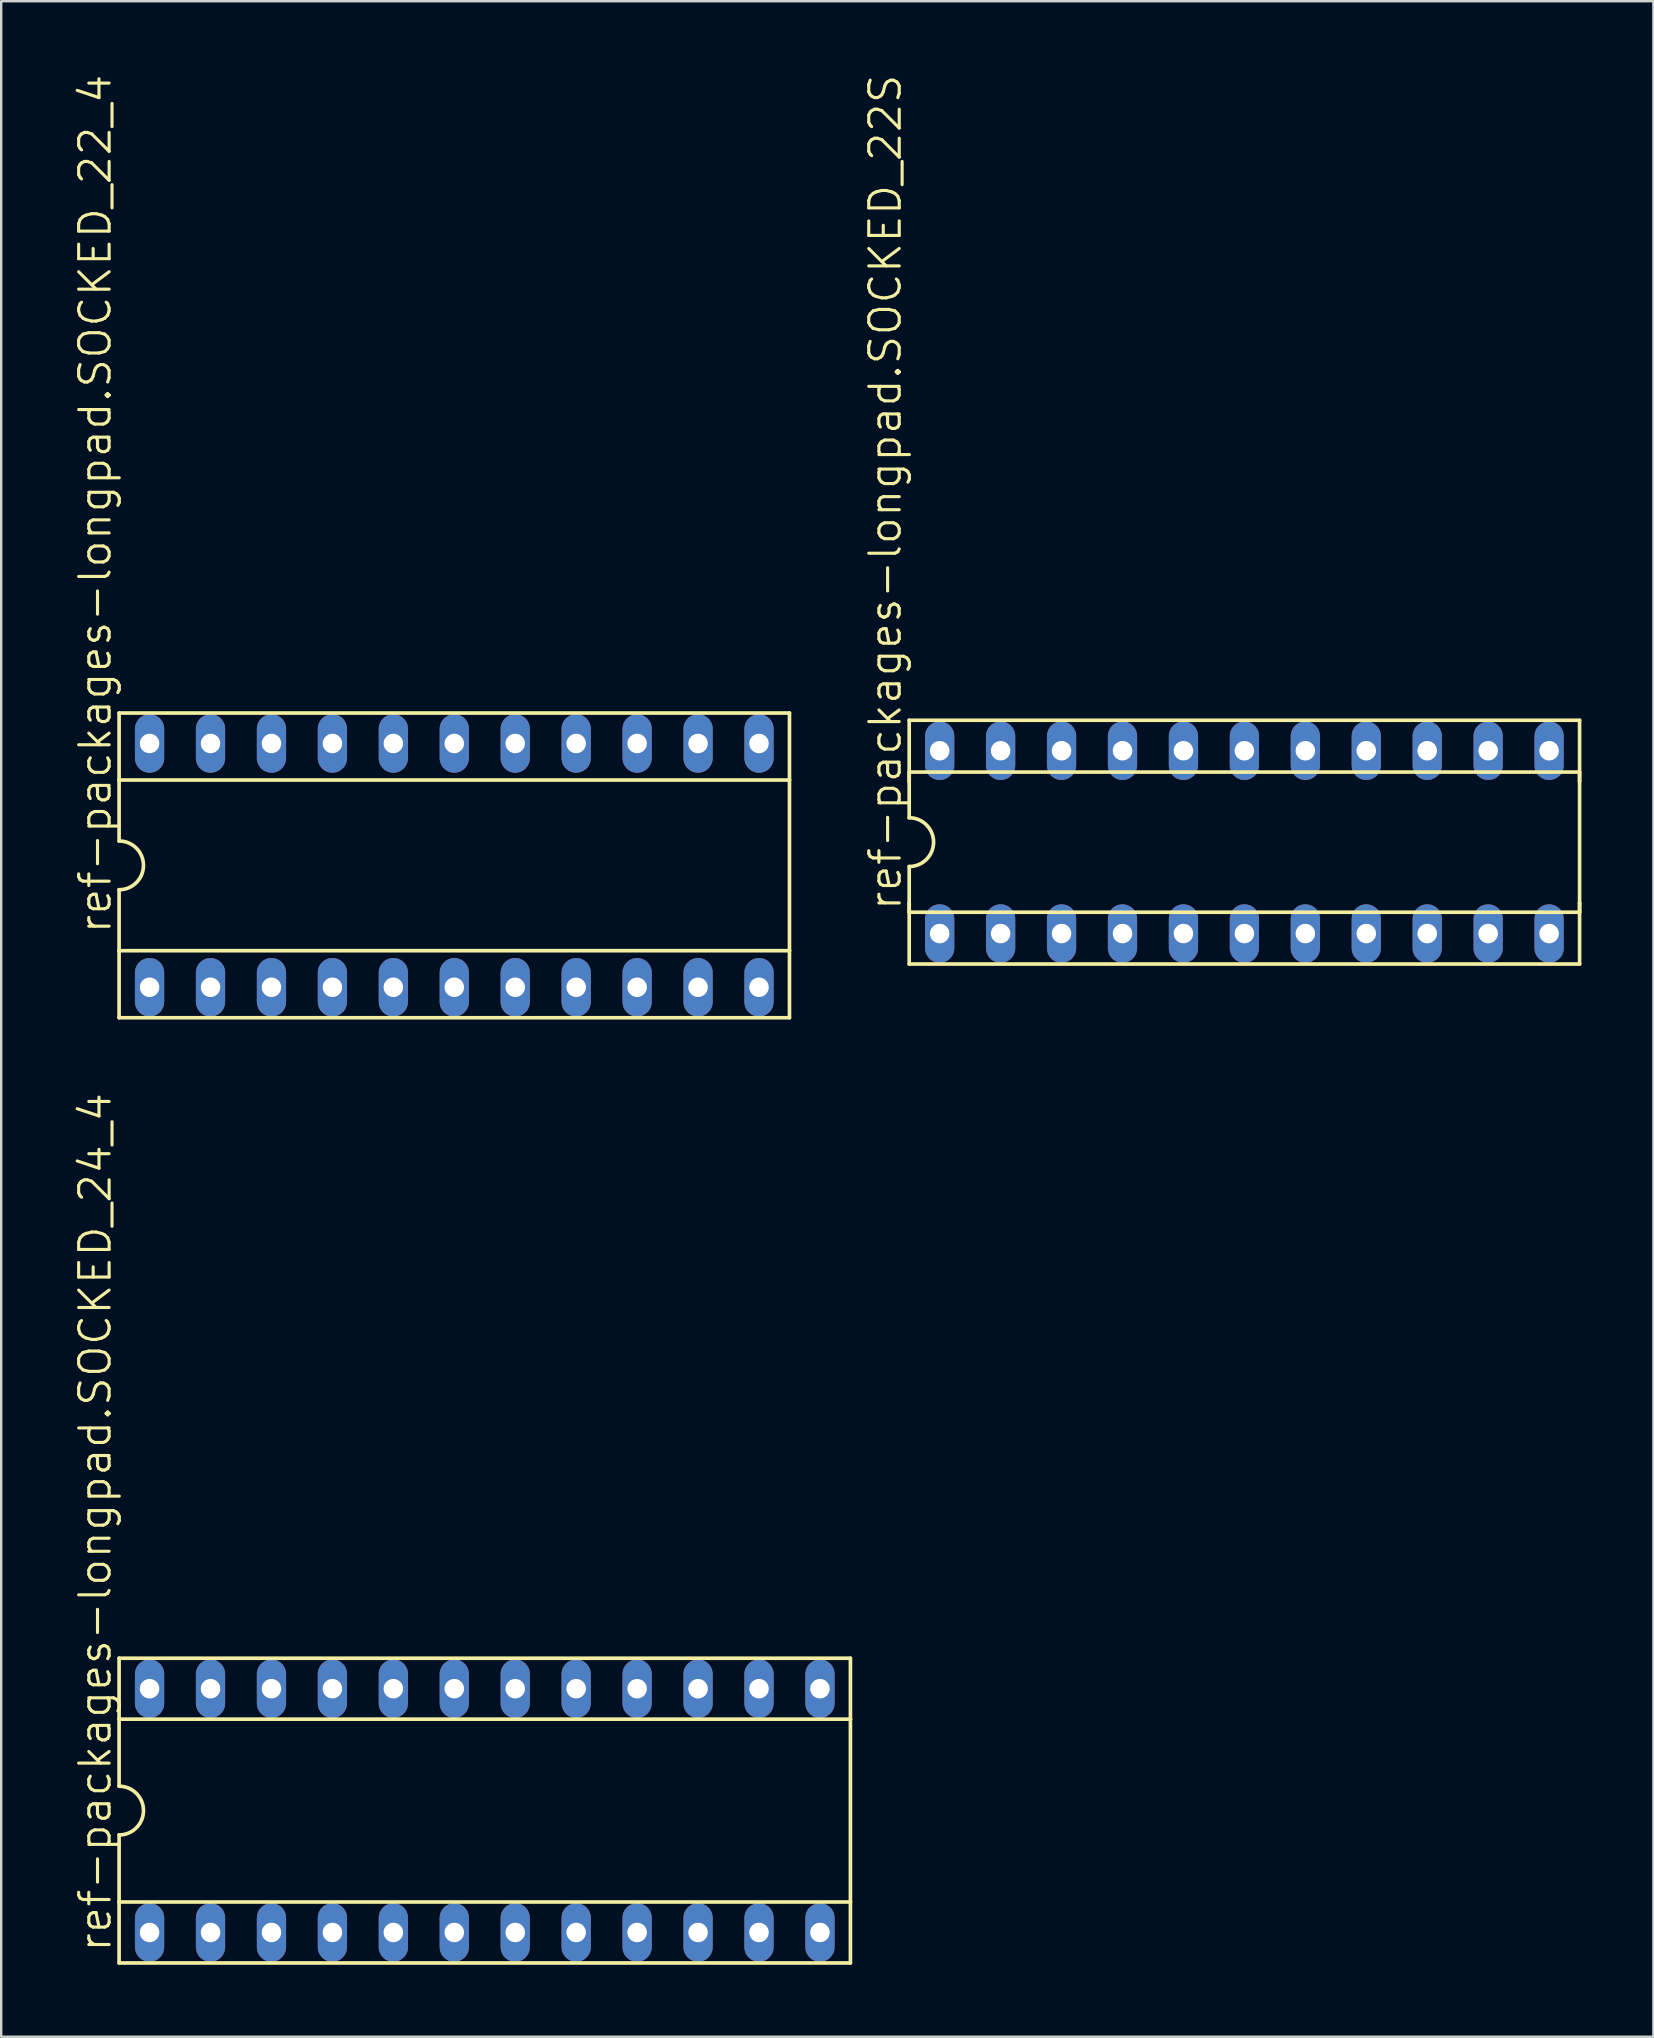
<source format=kicad_pcb>
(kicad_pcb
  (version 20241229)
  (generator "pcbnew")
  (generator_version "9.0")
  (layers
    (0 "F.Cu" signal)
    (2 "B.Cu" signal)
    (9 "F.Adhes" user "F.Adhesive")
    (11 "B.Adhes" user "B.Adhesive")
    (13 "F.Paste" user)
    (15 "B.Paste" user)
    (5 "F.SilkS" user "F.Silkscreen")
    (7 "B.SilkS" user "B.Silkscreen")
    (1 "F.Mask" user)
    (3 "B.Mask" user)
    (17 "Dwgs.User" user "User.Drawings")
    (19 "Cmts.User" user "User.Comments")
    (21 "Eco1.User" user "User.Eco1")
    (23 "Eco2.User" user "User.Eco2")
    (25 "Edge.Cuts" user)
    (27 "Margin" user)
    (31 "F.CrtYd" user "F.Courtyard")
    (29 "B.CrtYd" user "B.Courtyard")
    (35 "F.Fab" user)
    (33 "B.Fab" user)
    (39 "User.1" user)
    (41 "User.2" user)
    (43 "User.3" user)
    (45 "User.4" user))
  (footprint "ref-packages-longpad.SOCKED_22S"
    (layer "F.Cu")
    (at 48.814 32.049)
    (property "Reference" "ref-packages-longpad.SOCKED_22S" (at -14.224 2.921 90) (layer "F.SilkS") (effects (font (size 1.27 1.27) (thickness 0.13)) (justify left bottom)))
    (attr through_hole)
    (fp_line (start -13.97 -5.08) (end -13.97 -2.54) (stroke (width 0.152) (type default)) (layer "F.SilkS"))
    (fp_line (start -13.97 -2.921) (end -13.97 -2.54) (stroke (width 0.152) (type default)) (layer "F.SilkS"))
    (fp_line (start -13.97 -2.54) (end -13.97 -1.016) (stroke (width 0.152) (type default)) (layer "F.SilkS"))
    (fp_line (start -13.97 2.54) (end -13.97 1.016) (stroke (width 0.152) (type default)) (layer "F.SilkS"))
    (fp_line (start -13.97 2.921) (end -13.97 2.54) (stroke (width 0.152) (type default)) (layer "F.SilkS"))
    (fp_line (start -13.97 2.921) (end 13.97 2.921) (stroke (width 0.152) (type default)) (layer "F.SilkS"))
    (fp_line (start -13.97 5.08) (end -13.97 2.54) (stroke (width 0.152) (type default)) (layer "F.SilkS"))
    (fp_line (start -13.97 5.08) (end 13.97 5.08) (stroke (width 0.152) (type default)) (layer "F.SilkS"))
    (fp_line (start 13.97 -5.08) (end -13.97 -5.08) (stroke (width 0.152) (type default)) (layer "F.SilkS"))
    (fp_line (start 13.97 -5.08) (end 13.97 -2.54) (stroke (width 0.152) (type default)) (layer "F.SilkS"))
    (fp_line (start 13.97 -2.921) (end -13.97 -2.921) (stroke (width 0.152) (type default)) (layer "F.SilkS"))
    (fp_line (start 13.97 -2.921) (end 13.97 -2.54) (stroke (width 0.152) (type default)) (layer "F.SilkS"))
    (fp_line (start 13.97 -2.54) (end 13.97 2.54) (stroke (width 0.152) (type default)) (layer "F.SilkS"))
    (fp_line (start 13.97 2.54) (end 13.97 2.921) (stroke (width 0.152) (type default)) (layer "F.SilkS"))
    (fp_line (start 13.97 5.08) (end 13.97 2.54) (stroke (width 0.152) (type default)) (layer "F.SilkS"))
    (fp_arc (start -13.97 -1.016) (mid -12.954 0) (end -13.97 1.016) (stroke (width 0.1524) (type default)) (layer "F.SilkS"))
    (pad "1" thru_hole oval (at -12.7 3.81 90) (size 2.438 1.219) (drill 0.813) (layers "*.Cu" "*.Mask"))
    (pad "2" thru_hole oval (at -10.16 3.81 90) (size 2.438 1.219) (drill 0.813) (layers "*.Cu" "*.Mask"))
    (pad "3" thru_hole oval (at -7.62 3.81 90) (size 2.438 1.219) (drill 0.813) (layers "*.Cu" "*.Mask"))
    (pad "4" thru_hole oval (at -5.08 3.81 90) (size 2.438 1.219) (drill 0.813) (layers "*.Cu" "*.Mask"))
    (pad "5" thru_hole oval (at -2.54 3.81 90) (size 2.438 1.219) (drill 0.813) (layers "*.Cu" "*.Mask"))
    (pad "6" thru_hole oval (at 0 3.81 90) (size 2.438 1.219) (drill 0.813) (layers "*.Cu" "*.Mask"))
    (pad "7" thru_hole oval (at 2.54 3.81 90) (size 2.438 1.219) (drill 0.813) (layers "*.Cu" "*.Mask"))
    (pad "8" thru_hole oval (at 5.08 3.81 90) (size 2.438 1.219) (drill 0.813) (layers "*.Cu" "*.Mask"))
    (pad "9" thru_hole oval (at 7.62 3.81 90) (size 2.438 1.219) (drill 0.813) (layers "*.Cu" "*.Mask"))
    (pad "10" thru_hole oval (at 10.16 3.81 90) (size 2.438 1.219) (drill 0.813) (layers "*.Cu" "*.Mask"))
    (pad "11" thru_hole oval (at 12.7 3.81 90) (size 2.438 1.219) (drill 0.813) (layers "*.Cu" "*.Mask"))
    (pad "12" thru_hole oval (at 12.7 -3.81 90) (size 2.438 1.219) (drill 0.813) (layers "*.Cu" "*.Mask"))
    (pad "13" thru_hole oval (at 10.16 -3.81 90) (size 2.438 1.219) (drill 0.813) (layers "*.Cu" "*.Mask"))
    (pad "14" thru_hole oval (at 7.62 -3.81 90) (size 2.438 1.219) (drill 0.813) (layers "*.Cu" "*.Mask"))
    (pad "15" thru_hole oval (at 5.08 -3.81 90) (size 2.438 1.219) (drill 0.813) (layers "*.Cu" "*.Mask"))
    (pad "16" thru_hole oval (at 2.54 -3.81 90) (size 2.438 1.219) (drill 0.813) (layers "*.Cu" "*.Mask"))
    (pad "17" thru_hole oval (at 0 -3.81 90) (size 2.438 1.219) (drill 0.813) (layers "*.Cu" "*.Mask"))
    (pad "18" thru_hole oval (at -2.54 -3.81 90) (size 2.438 1.219) (drill 0.813) (layers "*.Cu" "*.Mask"))
    (pad "19" thru_hole oval (at -5.08 -3.81 90) (size 2.438 1.219) (drill 0.813) (layers "*.Cu" "*.Mask"))
    (pad "20" thru_hole oval (at -7.62 -3.81 90) (size 2.438 1.219) (drill 0.813) (layers "*.Cu" "*.Mask"))
    (pad "21" thru_hole oval (at -10.16 -3.81 90) (size 2.438 1.219) (drill 0.813) (layers "*.Cu" "*.Mask"))
    (pad "22" thru_hole oval (at -12.7 -3.81 90) (size 2.438 1.219) (drill 0.813) (layers "*.Cu" "*.Mask")))
  (footprint "ref-packages-longpad.SOCKED_22_4"
    (layer "F.Cu")
    (at 15.884 33.017)
    (property "Reference" "ref-packages-longpad.SOCKED_22_4" (at -14.224 2.921 90) (layer "F.SilkS") (effects (font (size 1.27 1.27) (thickness 0.13)) (justify left bottom)))
    (attr through_hole)
    (fp_line (start -13.97 -6.35) (end -13.97 -3.556) (stroke (width 0.152) (type default)) (layer "F.SilkS"))
    (fp_line (start -13.97 -3.556) (end -13.97 -1.016) (stroke (width 0.152) (type default)) (layer "F.SilkS"))
    (fp_line (start -13.97 3.556) (end -13.97 1.016) (stroke (width 0.152) (type default)) (layer "F.SilkS"))
    (fp_line (start -13.97 3.556) (end 13.97 3.556) (stroke (width 0.152) (type default)) (layer "F.SilkS"))
    (fp_line (start -13.97 6.35) (end -13.97 3.556) (stroke (width 0.152) (type default)) (layer "F.SilkS"))
    (fp_line (start -13.97 6.35) (end 13.97 6.35) (stroke (width 0.152) (type default)) (layer "F.SilkS"))
    (fp_line (start 13.97 -6.35) (end -13.97 -6.35) (stroke (width 0.152) (type default)) (layer "F.SilkS"))
    (fp_line (start 13.97 -6.35) (end 13.97 -3.556) (stroke (width 0.152) (type default)) (layer "F.SilkS"))
    (fp_line (start 13.97 -3.556) (end -13.97 -3.556) (stroke (width 0.152) (type default)) (layer "F.SilkS"))
    (fp_line (start 13.97 -3.556) (end 13.97 3.556) (stroke (width 0.152) (type default)) (layer "F.SilkS"))
    (fp_line (start 13.97 6.35) (end 13.97 3.556) (stroke (width 0.152) (type default)) (layer "F.SilkS"))
    (fp_arc (start -13.97 -1.016) (mid -12.954 0) (end -13.97 1.016) (stroke (width 0.1524) (type default)) (layer "F.SilkS"))
    (pad "1" thru_hole oval (at -12.7 5.08 90) (size 2.438 1.219) (drill 0.813) (layers "*.Cu" "*.Mask"))
    (pad "2" thru_hole oval (at -10.16 5.08 90) (size 2.438 1.219) (drill 0.813) (layers "*.Cu" "*.Mask"))
    (pad "3" thru_hole oval (at -7.62 5.08 90) (size 2.438 1.219) (drill 0.813) (layers "*.Cu" "*.Mask"))
    (pad "4" thru_hole oval (at -5.08 5.08 90) (size 2.438 1.219) (drill 0.813) (layers "*.Cu" "*.Mask"))
    (pad "5" thru_hole oval (at -2.54 5.08 90) (size 2.438 1.219) (drill 0.813) (layers "*.Cu" "*.Mask"))
    (pad "6" thru_hole oval (at 0 5.08 90) (size 2.438 1.219) (drill 0.813) (layers "*.Cu" "*.Mask"))
    (pad "7" thru_hole oval (at 2.54 5.08 90) (size 2.438 1.219) (drill 0.813) (layers "*.Cu" "*.Mask"))
    (pad "8" thru_hole oval (at 5.08 5.08 90) (size 2.438 1.219) (drill 0.813) (layers "*.Cu" "*.Mask"))
    (pad "9" thru_hole oval (at 7.62 5.08 90) (size 2.438 1.219) (drill 0.813) (layers "*.Cu" "*.Mask"))
    (pad "10" thru_hole oval (at 10.16 5.08 90) (size 2.438 1.219) (drill 0.813) (layers "*.Cu" "*.Mask"))
    (pad "11" thru_hole oval (at 12.7 5.08 90) (size 2.438 1.219) (drill 0.813) (layers "*.Cu" "*.Mask"))
    (pad "12" thru_hole oval (at 12.7 -5.08 90) (size 2.438 1.219) (drill 0.813) (layers "*.Cu" "*.Mask"))
    (pad "13" thru_hole oval (at 10.16 -5.08 90) (size 2.438 1.219) (drill 0.813) (layers "*.Cu" "*.Mask"))
    (pad "14" thru_hole oval (at 7.62 -5.08 90) (size 2.438 1.219) (drill 0.813) (layers "*.Cu" "*.Mask"))
    (pad "15" thru_hole oval (at 5.08 -5.08 90) (size 2.438 1.219) (drill 0.813) (layers "*.Cu" "*.Mask"))
    (pad "16" thru_hole oval (at 2.54 -5.08 90) (size 2.438 1.219) (drill 0.813) (layers "*.Cu" "*.Mask"))
    (pad "17" thru_hole oval (at 0 -5.08 90) (size 2.438 1.219) (drill 0.813) (layers "*.Cu" "*.Mask"))
    (pad "18" thru_hole oval (at -2.54 -5.08 90) (size 2.438 1.219) (drill 0.813) (layers "*.Cu" "*.Mask"))
    (pad "19" thru_hole oval (at -5.08 -5.08 90) (size 2.438 1.219) (drill 0.813) (layers "*.Cu" "*.Mask"))
    (pad "20" thru_hole oval (at -7.62 -5.08 90) (size 2.438 1.219) (drill 0.813) (layers "*.Cu" "*.Mask"))
    (pad "21" thru_hole oval (at -10.16 -5.08 90) (size 2.438 1.219) (drill 0.813) (layers "*.Cu" "*.Mask"))
    (pad "22" thru_hole oval (at -12.7 -5.08 90) (size 2.438 1.219) (drill 0.813) (layers "*.Cu" "*.Mask")))
  (footprint "ref-packages-longpad.SOCKED_24_4"
    (layer "F.Cu")
    (at 17.154 72.412)
    (property "Reference" "ref-packages-longpad.SOCKED_24_4" (at -15.494 5.969 90) (layer "F.SilkS") (effects (font (size 1.27 1.27) (thickness 0.13)) (justify left bottom)))
    (attr through_hole)
    (fp_line (start -15.24 -6.35) (end -15.24 -3.81) (stroke (width 0.152) (type default)) (layer "F.SilkS"))
    (fp_line (start -15.24 -3.81) (end -15.24 -1.016) (stroke (width 0.152) (type default)) (layer "F.SilkS"))
    (fp_line (start -15.24 3.81) (end -15.24 1.016) (stroke (width 0.152) (type default)) (layer "F.SilkS"))
    (fp_line (start -15.24 3.81) (end 15.24 3.81) (stroke (width 0.152) (type default)) (layer "F.SilkS"))
    (fp_line (start -15.24 6.35) (end -15.24 3.81) (stroke (width 0.152) (type default)) (layer "F.SilkS"))
    (fp_line (start -15.24 6.35) (end 15.24 6.35) (stroke (width 0.152) (type default)) (layer "F.SilkS"))
    (fp_line (start 15.24 -6.35) (end -15.24 -6.35) (stroke (width 0.152) (type default)) (layer "F.SilkS"))
    (fp_line (start 15.24 -6.35) (end 15.24 -3.81) (stroke (width 0.152) (type default)) (layer "F.SilkS"))
    (fp_line (start 15.24 -3.81) (end -15.24 -3.81) (stroke (width 0.152) (type default)) (layer "F.SilkS"))
    (fp_line (start 15.24 -3.81) (end 15.24 3.81) (stroke (width 0.152) (type default)) (layer "F.SilkS"))
    (fp_line (start 15.24 3.81) (end 15.24 6.35) (stroke (width 0.152) (type default)) (layer "F.SilkS"))
    (fp_arc (start -15.24 -1.016) (mid -14.224 0) (end -15.24 1.016) (stroke (width 0.1524) (type default)) (layer "F.SilkS"))
    (pad "1" thru_hole oval (at -13.97 5.08 90) (size 2.438 1.219) (drill 0.813) (layers "*.Cu" "*.Mask"))
    (pad "2" thru_hole oval (at -11.43 5.08 90) (size 2.438 1.219) (drill 0.813) (layers "*.Cu" "*.Mask"))
    (pad "3" thru_hole oval (at -8.89 5.08 90) (size 2.438 1.219) (drill 0.813) (layers "*.Cu" "*.Mask"))
    (pad "4" thru_hole oval (at -6.35 5.08 90) (size 2.438 1.219) (drill 0.813) (layers "*.Cu" "*.Mask"))
    (pad "5" thru_hole oval (at -3.81 5.08 90) (size 2.438 1.219) (drill 0.813) (layers "*.Cu" "*.Mask"))
    (pad "6" thru_hole oval (at -1.27 5.08 90) (size 2.438 1.219) (drill 0.813) (layers "*.Cu" "*.Mask"))
    (pad "7" thru_hole oval (at 1.27 5.08 90) (size 2.438 1.219) (drill 0.813) (layers "*.Cu" "*.Mask"))
    (pad "8" thru_hole oval (at 3.81 5.08 90) (size 2.438 1.219) (drill 0.813) (layers "*.Cu" "*.Mask"))
    (pad "9" thru_hole oval (at 6.35 5.08 90) (size 2.438 1.219) (drill 0.813) (layers "*.Cu" "*.Mask"))
    (pad "10" thru_hole oval (at 8.89 5.08 90) (size 2.438 1.219) (drill 0.813) (layers "*.Cu" "*.Mask"))
    (pad "11" thru_hole oval (at 11.43 5.08 90) (size 2.438 1.219) (drill 0.813) (layers "*.Cu" "*.Mask"))
    (pad "12" thru_hole oval (at 13.97 5.08 90) (size 2.438 1.219) (drill 0.813) (layers "*.Cu" "*.Mask"))
    (pad "13" thru_hole oval (at 13.97 -5.08 90) (size 2.438 1.219) (drill 0.813) (layers "*.Cu" "*.Mask"))
    (pad "14" thru_hole oval (at 11.43 -5.08 90) (size 2.438 1.219) (drill 0.813) (layers "*.Cu" "*.Mask"))
    (pad "15" thru_hole oval (at 8.89 -5.08 90) (size 2.438 1.219) (drill 0.813) (layers "*.Cu" "*.Mask"))
    (pad "16" thru_hole oval (at 6.35 -5.08 90) (size 2.438 1.219) (drill 0.813) (layers "*.Cu" "*.Mask"))
    (pad "17" thru_hole oval (at 3.81 -5.08 90) (size 2.438 1.219) (drill 0.813) (layers "*.Cu" "*.Mask"))
    (pad "18" thru_hole oval (at 1.27 -5.08 90) (size 2.438 1.219) (drill 0.813) (layers "*.Cu" "*.Mask"))
    (pad "19" thru_hole oval (at -1.27 -5.08 90) (size 2.438 1.219) (drill 0.813) (layers "*.Cu" "*.Mask"))
    (pad "20" thru_hole oval (at -3.81 -5.08 90) (size 2.438 1.219) (drill 0.813) (layers "*.Cu" "*.Mask"))
    (pad "21" thru_hole oval (at -6.35 -5.08 90) (size 2.438 1.219) (drill 0.813) (layers "*.Cu" "*.Mask"))
    (pad "22" thru_hole oval (at -8.89 -5.08 90) (size 2.438 1.219) (drill 0.813) (layers "*.Cu" "*.Mask"))
    (pad "23" thru_hole oval (at -11.43 -5.08 90) (size 2.438 1.219) (drill 0.813) (layers "*.Cu" "*.Mask"))
    (pad "24" thru_hole oval (at -13.97 -5.08 90) (size 2.438 1.219) (drill 0.813) (layers "*.Cu" "*.Mask")))
  (gr_rect
    (start -3 -3)
    (end 65.86 81.838)
    (stroke (width 0.1) (type default))
    (fill no)
    (layer "Edge.Cuts")))
</source>
